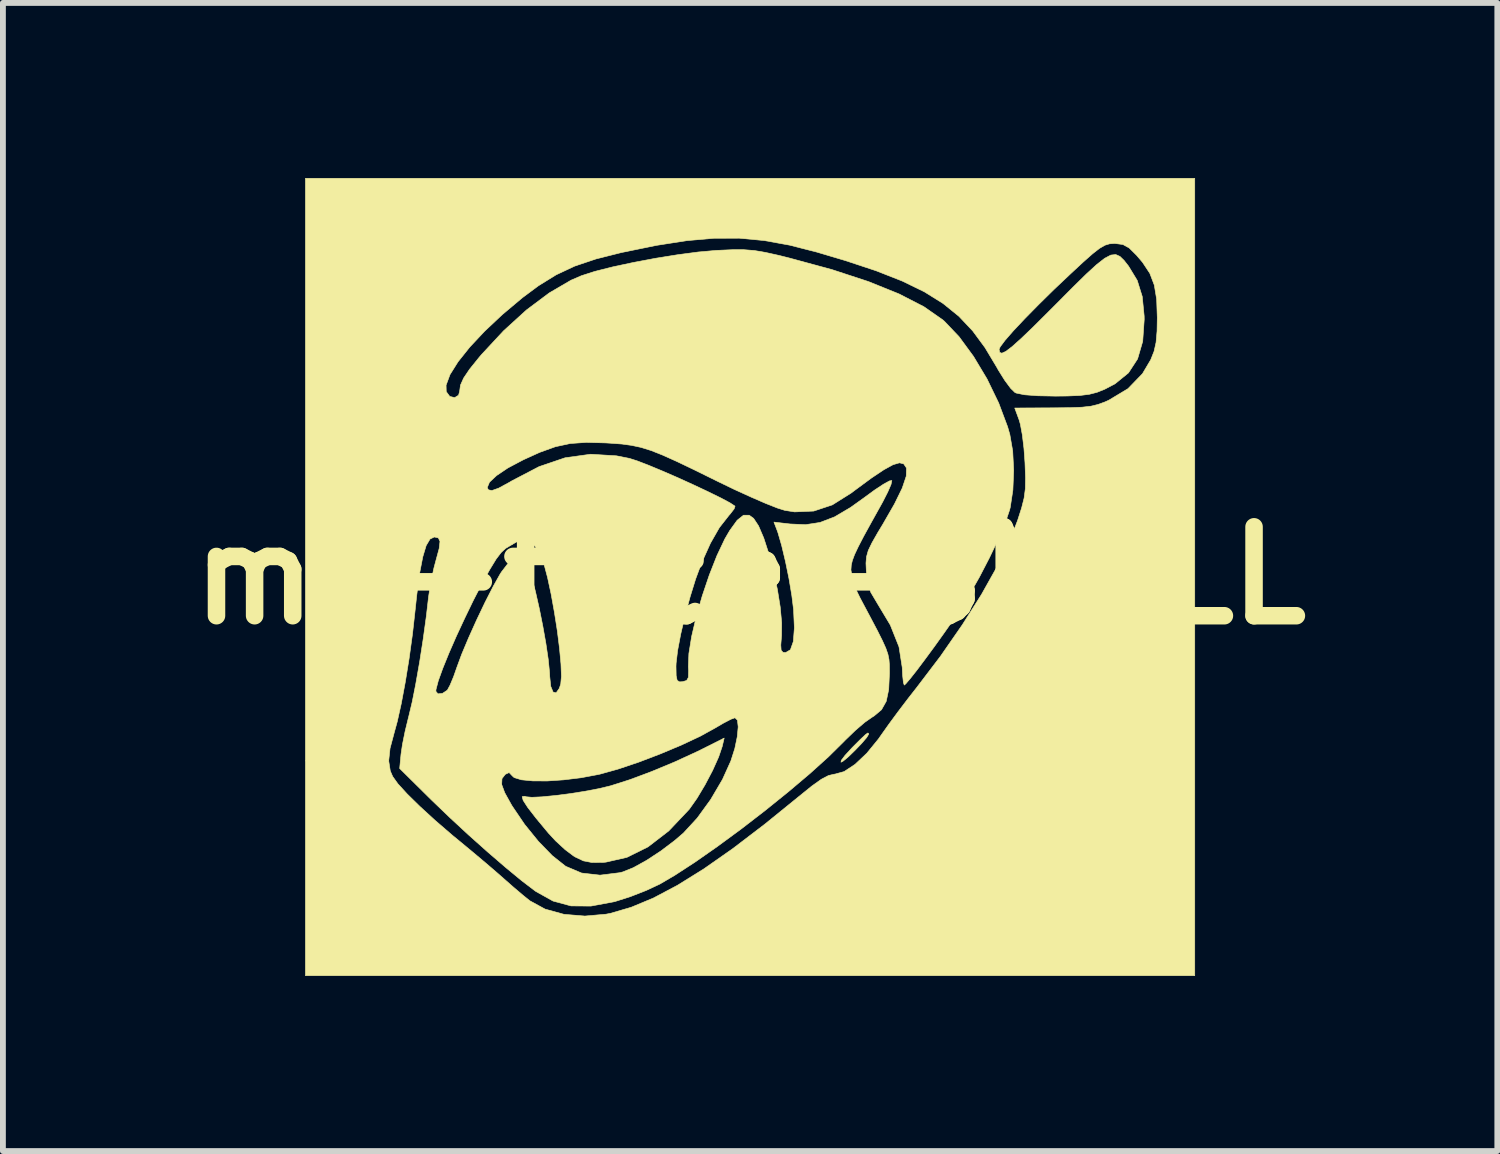
<source format=kicad_pcb>
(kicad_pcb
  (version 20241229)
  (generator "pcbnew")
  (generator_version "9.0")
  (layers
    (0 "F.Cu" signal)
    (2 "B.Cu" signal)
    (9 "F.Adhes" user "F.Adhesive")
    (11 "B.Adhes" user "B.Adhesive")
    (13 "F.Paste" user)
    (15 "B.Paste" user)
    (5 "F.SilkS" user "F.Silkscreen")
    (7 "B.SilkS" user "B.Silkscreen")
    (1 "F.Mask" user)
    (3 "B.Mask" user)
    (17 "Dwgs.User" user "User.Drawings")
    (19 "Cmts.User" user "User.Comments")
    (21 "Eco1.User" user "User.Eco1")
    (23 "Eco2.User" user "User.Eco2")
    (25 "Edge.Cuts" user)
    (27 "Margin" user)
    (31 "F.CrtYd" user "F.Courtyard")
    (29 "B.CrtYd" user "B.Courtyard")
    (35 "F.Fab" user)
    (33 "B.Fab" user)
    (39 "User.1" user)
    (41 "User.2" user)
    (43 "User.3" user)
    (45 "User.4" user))
  (footprint "ma-face-SMALL"
    (layer "F.Cu")
    (at 9.804 6.812)
    (property "Reference" "ma-face-SMALL" (at 0 0 0) (layer "F.SilkS") (effects (font (size 1.524 1.524) (thickness 0.3))))
    (attr through_hole)
    (fp_poly (pts (xy 2.031 2.709) (xy 2.032 2.719) (xy 1.998 2.776) (xy 1.913 2.876) (xy 1.801 2.993) (xy 1.688 3.103) (xy 1.597 3.179) (xy 1.558 3.2) (xy 1.563 3.168) (xy 1.627 3.083) (xy 1.738 2.962) (xy 1.753 2.946) (xy 1.893 2.806) (xy 1.977 2.727) (xy 2.018 2.698) (xy 2.031 2.709)) (stroke (width 0.01) (type solid)) (fill yes) (layer "F.SilkS"))
    (fp_poly (pts (xy -0.478 2.93) (xy -0.539 3.11) (xy -0.642 3.34) (xy -0.772 3.587) (xy -0.91 3.818) (xy -1.039 4.001) (xy -1.049 4.013) (xy -1.394 4.377) (xy -1.75 4.651) (xy -2.111 4.83) (xy -2.471 4.912) (xy -2.515 4.916) (xy -2.712 4.918) (xy -2.857 4.89) (xy -2.996 4.824) (xy -3.024 4.807) (xy -3.168 4.699) (xy -3.333 4.547) (xy -3.456 4.414) (xy -3.667 4.16) (xy -3.811 3.974) (xy -3.889 3.853) (xy -3.906 3.79) (xy -3.863 3.783) (xy -3.836 3.792) (xy -3.74 3.801) (xy -3.568 3.793) (xy -3.344 3.771) (xy -3.09 3.739) (xy -2.831 3.698) (xy -2.589 3.652) (xy -2.39 3.604) (xy -2.067 3.501) (xy -1.689 3.36) (xy -1.29 3.194) (xy -0.903 3.016) (xy -0.794 2.962) (xy -0.444 2.786) (xy -0.478 2.93)) (stroke (width 0.01) (type solid)) (fill yes) (layer "F.SilkS"))
    (fp_poly (pts (xy 7.62 6.858) (xy -7.62 6.858) (xy -7.62 3.176) (xy -6.193 3.176) (xy -6.166 3.349) (xy -6.125 3.444) (xy -6.036 3.569) (xy -5.876 3.744) (xy -5.659 3.957) (xy -5.396 4.198) (xy -5.098 4.455) (xy -4.953 4.574) (xy -4.736 4.754) (xy -4.515 4.94) (xy -4.321 5.107) (xy -4.221 5.195) (xy -4.055 5.341) (xy -3.89 5.481) (xy -3.773 5.575) (xy -3.513 5.717) (xy -3.19 5.806) (xy -2.834 5.836) (xy -2.469 5.804) (xy -2.388 5.788) (xy -2.036 5.685) (xy -1.657 5.527) (xy -1.245 5.309) (xy -0.793 5.028) (xy -0.296 4.68) (xy 0.254 4.26) (xy 0.838 3.786) (xy 1.058 3.608) (xy 1.221 3.492) (xy 1.343 3.428) (xy 1.44 3.405) (xy 1.453 3.404) (xy 1.612 3.36) (xy 1.799 3.236) (xy 2 3.046) (xy 2.2 2.801) (xy 2.265 2.708) (xy 2.38 2.546) (xy 2.536 2.334) (xy 2.711 2.104) (xy 2.852 1.924) (xy 3.262 1.385) (xy 3.636 0.846) (xy 3.967 0.322) (xy 4.245 -0.174) (xy 4.462 -0.627) (xy 4.583 -0.94) (xy 4.653 -1.158) (xy 4.696 -1.328) (xy 4.717 -1.489) (xy 4.72 -1.676) (xy 4.711 -1.927) (xy 4.711 -1.93) (xy 4.693 -2.178) (xy 4.665 -2.41) (xy 4.631 -2.594) (xy 4.61 -2.667) (xy 4.535 -2.87) (xy 5.201 -2.873) (xy 5.483 -2.876) (xy 5.688 -2.884) (xy 5.84 -2.901) (xy 5.963 -2.931) (xy 6.083 -2.975) (xy 6.147 -3.004) (xy 6.475 -3.201) (xy 6.724 -3.458) (xy 6.866 -3.698) (xy 6.923 -3.842) (xy 6.957 -3.994) (xy 6.974 -4.188) (xy 6.978 -4.42) (xy 6.967 -4.733) (xy 6.927 -4.976) (xy 6.85 -5.178) (xy 6.725 -5.367) (xy 6.622 -5.488) (xy 6.497 -5.612) (xy 6.389 -5.672) (xy 6.261 -5.689) (xy 6.243 -5.69) (xy 6.16 -5.684) (xy 6.081 -5.66) (xy 5.989 -5.607) (xy 5.871 -5.515) (xy 5.709 -5.372) (xy 5.5 -5.178) (xy 5.209 -4.903) (xy 4.942 -4.64) (xy 4.707 -4.401) (xy 4.513 -4.195) (xy 4.37 -4.031) (xy 4.286 -3.919) (xy 4.267 -3.876) (xy 4.278 -3.823) (xy 4.314 -3.809) (xy 4.382 -3.84) (xy 4.49 -3.922) (xy 4.643 -4.059) (xy 4.85 -4.257) (xy 5.116 -4.522) (xy 5.241 -4.647) (xy 5.532 -4.94) (xy 5.762 -5.166) (xy 5.94 -5.329) (xy 6.077 -5.436) (xy 6.182 -5.491) (xy 6.266 -5.5) (xy 6.338 -5.468) (xy 6.408 -5.4) (xy 6.485 -5.302) (xy 6.634 -5.057) (xy 6.72 -4.781) (xy 6.753 -4.446) (xy 6.754 -4.388) (xy 6.728 -4.012) (xy 6.64 -3.711) (xy 6.484 -3.472) (xy 6.254 -3.285) (xy 6.077 -3.192) (xy 5.945 -3.139) (xy 5.812 -3.105) (xy 5.652 -3.085) (xy 5.437 -3.076) (xy 5.232 -3.074) (xy 4.929 -3.08) (xy 4.702 -3.097) (xy 4.562 -3.126) (xy 4.539 -3.136) (xy 4.465 -3.208) (xy 4.363 -3.346) (xy 4.253 -3.522) (xy 4.223 -3.576) (xy 4.025 -3.906) (xy 3.814 -4.192) (xy 3.579 -4.441) (xy 3.306 -4.662) (xy 2.987 -4.861) (xy 2.609 -5.045) (xy 2.162 -5.221) (xy 1.634 -5.396) (xy 1.143 -5.542) (xy 0.677 -5.661) (xy 0.241 -5.74) (xy -0.184 -5.78) (xy -0.62 -5.779) (xy -1.087 -5.738) (xy -1.605 -5.657) (xy -2.196 -5.536) (xy -2.21 -5.533) (xy -2.643 -5.424) (xy -3.005 -5.302) (xy -3.323 -5.153) (xy -3.627 -4.965) (xy -3.901 -4.761) (xy -4.245 -4.472) (xy -4.548 -4.187) (xy -4.804 -3.914) (xy -5.005 -3.662) (xy -5.143 -3.442) (xy -5.21 -3.261) (xy -5.207 -3.151) (xy -5.147 -3.069) (xy -5.063 -3.048) (xy -4.996 -3.089) (xy -4.978 -3.153) (xy -4.963 -3.262) (xy -4.909 -3.383) (xy -4.806 -3.536) (xy -4.643 -3.738) (xy -4.604 -3.784) (xy -4.224 -4.193) (xy -3.832 -4.55) (xy -3.442 -4.842) (xy -3.069 -5.06) (xy -2.891 -5.137) (xy -2.661 -5.211) (xy -2.356 -5.288) (xy -2.001 -5.364) (xy -1.62 -5.436) (xy -1.24 -5.497) (xy -0.885 -5.544) (xy -0.581 -5.571) (xy -0.557 -5.572) (xy -0.304 -5.583) (xy -0.106 -5.583) (xy 0.072 -5.569) (xy 0.261 -5.537) (xy 0.495 -5.485) (xy 0.678 -5.439) (xy 1.403 -5.242) (xy 2.028 -5.037) (xy 2.553 -4.825) (xy 2.977 -4.607) (xy 3.3 -4.382) (xy 3.331 -4.355) (xy 3.581 -4.092) (xy 3.829 -3.754) (xy 4.061 -3.367) (xy 4.26 -2.956) (xy 4.413 -2.548) (xy 4.451 -2.416) (xy 4.5 -2.134) (xy 4.517 -1.801) (xy 4.503 -1.463) (xy 4.458 -1.166) (xy 4.448 -1.126) (xy 4.373 -0.904) (xy 4.254 -0.623) (xy 4.102 -0.305) (xy 3.931 0.025) (xy 3.751 0.342) (xy 3.597 0.589) (xy 3.467 0.783) (xy 3.316 0.998) (xy 3.157 1.22) (xy 3.001 1.432) (xy 2.86 1.62) (xy 2.745 1.766) (xy 2.667 1.857) (xy 2.642 1.878) (xy 2.627 1.833) (xy 2.614 1.713) (xy 2.607 1.575) (xy 2.552 1.223) (xy 2.403 0.849) (xy 2.177 0.472) (xy 2.068 0.288) (xy 2.012 0.111) (xy 1.992 -0.076) (xy 1.986 -0.212) (xy 1.995 -0.321) (xy 2.025 -0.428) (xy 2.087 -0.557) (xy 2.187 -0.733) (xy 2.274 -0.877) (xy 2.474 -1.225) (xy 2.608 -1.499) (xy 2.676 -1.702) (xy 2.68 -1.837) (xy 2.675 -1.85) (xy 2.632 -1.913) (xy 2.56 -1.931) (xy 2.45 -1.899) (xy 2.293 -1.813) (xy 2.079 -1.67) (xy 1.801 -1.465) (xy 1.732 -1.413) (xy 1.409 -1.21) (xy 1.09 -1.104) (xy 0.763 -1.09) (xy 0.596 -1.116) (xy 0.468 -1.156) (xy 0.268 -1.235) (xy 0.017 -1.344) (xy -0.268 -1.474) (xy -0.566 -1.618) (xy -0.584 -1.627) (xy -0.957 -1.811) (xy -1.256 -1.954) (xy -1.496 -2.062) (xy -1.695 -2.141) (xy -1.868 -2.195) (xy -2.031 -2.23) (xy -2.2 -2.253) (xy -2.392 -2.267) (xy -2.472 -2.272) (xy -2.806 -2.281) (xy -3.081 -2.262) (xy -3.336 -2.207) (xy -3.606 -2.11) (xy -3.886 -1.983) (xy -4.149 -1.844) (xy -4.344 -1.713) (xy -4.466 -1.599) (xy -4.504 -1.507) (xy -4.485 -1.468) (xy -4.424 -1.456) (xy -4.308 -1.497) (xy -4.126 -1.596) (xy -4.086 -1.62) (xy -3.617 -1.865) (xy -3.171 -2.017) (xy -2.733 -2.078) (xy -2.291 -2.051) (xy -2.069 -2.007) (xy -1.937 -1.965) (xy -1.742 -1.89) (xy -1.504 -1.791) (xy -1.241 -1.677) (xy -0.975 -1.556) (xy -0.724 -1.438) (xy -0.508 -1.332) (xy -0.346 -1.246) (xy -0.259 -1.189) (xy -0.258 -1.188) (xy -0.274 -1.141) (xy -0.342 -1.053) (xy -0.364 -1.028) (xy -0.527 -0.82) (xy -0.679 -0.554) (xy -0.834 -0.21) (xy -0.836 -0.203) (xy -0.933 0.059) (xy -1.028 0.366) (xy -1.115 0.69) (xy -1.189 1.005) (xy -1.242 1.285) (xy -1.268 1.505) (xy -1.27 1.556) (xy -1.267 1.716) (xy -1.25 1.797) (xy -1.21 1.823) (xy -1.156 1.82) (xy -1.087 1.799) (xy -1.057 1.745) (xy -1.054 1.628) (xy -1.058 1.563) (xy -1.049 1.338) (xy -1.002 1.046) (xy -0.923 0.708) (xy -0.82 0.35) (xy -0.699 -0.008) (xy -0.568 -0.341) (xy -0.433 -0.626) (xy -0.349 -0.77) (xy -0.221 -0.947) (xy -0.113 -1.033) (xy -0.015 -1.033) (xy 0.06 -0.979) (xy 0.145 -0.85) (xy 0.234 -0.642) (xy 0.32 -0.377) (xy 0.4 -0.077) (xy 0.467 0.235) (xy 0.516 0.539) (xy 0.541 0.81) (xy 0.539 1.029) (xy 0.539 1.029) (xy 0.526 1.193) (xy 0.532 1.281) (xy 0.563 1.316) (xy 0.608 1.321) (xy 0.691 1.273) (xy 0.741 1.131) (xy 0.759 0.896) (xy 0.745 0.585) (xy 0.715 0.343) (xy 0.667 0.057) (xy 0.606 -0.241) (xy 0.541 -0.514) (xy 0.478 -0.731) (xy 0.462 -0.776) (xy 0.409 -0.915) (xy 0.682 -0.883) (xy 0.951 -0.871) (xy 1.199 -0.909) (xy 1.449 -1.005) (xy 1.723 -1.167) (xy 1.949 -1.329) (xy 2.132 -1.463) (xy 2.285 -1.564) (xy 2.389 -1.621) (xy 2.429 -1.627) (xy 2.415 -1.56) (xy 2.359 -1.431) (xy 2.275 -1.266) (xy 2.256 -1.231) (xy 2.08 -0.915) (xy 1.947 -0.673) (xy 1.853 -0.492) (xy 1.79 -0.358) (xy 1.753 -0.259) (xy 1.734 -0.181) (xy 1.729 -0.109) (xy 1.728 -0.096) (xy 1.756 0.07) (xy 1.833 0.278) (xy 1.886 0.387) (xy 2.052 0.699) (xy 2.177 0.936) (xy 2.266 1.113) (xy 2.326 1.246) (xy 2.362 1.35) (xy 2.38 1.439) (xy 2.387 1.529) (xy 2.388 1.636) (xy 2.388 1.675) (xy 2.375 1.955) (xy 2.333 2.156) (xy 2.252 2.3) (xy 2.125 2.407) (xy 2.091 2.428) (xy 1.965 2.516) (xy 1.803 2.655) (xy 1.635 2.817) (xy 1.598 2.855) (xy 1.344 3.106) (xy 1.025 3.394) (xy 0.657 3.705) (xy 0.258 4.027) (xy -0.154 4.345) (xy -0.562 4.645) (xy -0.947 4.914) (xy -1.293 5.139) (xy -1.549 5.289) (xy -1.78 5.397) (xy -2.054 5.504) (xy -2.315 5.587) (xy -2.337 5.592) (xy -2.728 5.665) (xy -3.069 5.662) (xy -3.376 5.579) (xy -3.67 5.415) (xy -3.691 5.4) (xy -3.914 5.23) (xy -4.189 5.003) (xy -4.499 4.736) (xy -4.825 4.445) (xy -5.148 4.146) (xy -5.45 3.856) (xy -5.504 3.803) (xy -5.728 3.581) (xy -4.257 3.581) (xy -4.205 3.722) (xy -4.094 3.922) (xy -4.077 3.951) (xy -3.864 4.265) (xy -3.628 4.556) (xy -3.389 4.802) (xy -3.167 4.978) (xy -3.156 4.985) (xy -2.887 5.099) (xy -2.572 5.135) (xy -2.234 5.093) (xy -2.179 5.079) (xy -2.001 5.007) (xy -1.775 4.882) (xy -1.531 4.722) (xy -1.295 4.544) (xy -1.142 4.413) (xy -0.907 4.158) (xy -0.676 3.84) (xy -0.473 3.495) (xy -0.33 3.179) (xy -0.262 2.966) (xy -0.22 2.764) (xy -0.204 2.594) (xy -0.217 2.479) (xy -0.259 2.438) (xy -0.328 2.463) (xy -0.455 2.529) (xy -0.602 2.615) (xy -0.854 2.754) (xy -1.176 2.905) (xy -1.538 3.057) (xy -1.91 3.199) (xy -2.264 3.318) (xy -2.569 3.403) (xy -2.605 3.411) (xy -2.898 3.466) (xy -3.195 3.502) (xy -3.476 3.521) (xy -3.724 3.52) (xy -3.919 3.501) (xy -4.043 3.463) (xy -4.074 3.435) (xy -4.129 3.377) (xy -4.195 3.407) (xy -4.252 3.481) (xy -4.257 3.581) (xy -5.728 3.581) (xy -6.005 3.307) (xy -5.982 3.063) (xy -5.957 2.893) (xy -5.912 2.671) (xy -5.856 2.44) (xy -5.849 2.413) (xy -5.791 2.17) (xy -5.754 1.985) (xy -5.385 1.985) (xy -5.349 2.028) (xy -5.271 2.02) (xy -5.191 1.967) (xy -5.187 1.963) (xy -5.142 1.88) (xy -5.081 1.734) (xy -5.027 1.58) (xy -4.943 1.352) (xy -4.825 1.071) (xy -4.687 0.764) (xy -4.542 0.46) (xy -4.403 0.188) (xy -4.284 -0.024) (xy -4.261 -0.06) (xy -4.13 -0.231) (xy -4.009 -0.327) (xy -3.908 -0.341) (xy -3.855 -0.298) (xy -3.804 -0.18) (xy -3.744 0.017) (xy -3.679 0.272) (xy -3.613 0.563) (xy -3.552 0.868) (xy -3.499 1.167) (xy -3.459 1.438) (xy -3.437 1.659) (xy -3.434 1.727) (xy -3.416 1.9) (xy -3.376 1.997) (xy -3.324 2.011) (xy -3.27 1.935) (xy -3.245 1.861) (xy -3.233 1.728) (xy -3.241 1.516) (xy -3.266 1.248) (xy -3.304 0.945) (xy -3.354 0.627) (xy -3.41 0.317) (xy -3.471 0.034) (xy -3.533 -0.199) (xy -3.58 -0.335) (xy -3.691 -0.509) (xy -3.835 -0.589) (xy -4.003 -0.575) (xy -4.189 -0.465) (xy -4.266 -0.394) (xy -4.352 -0.281) (xy -4.466 -0.094) (xy -4.599 0.148) (xy -4.744 0.429) (xy -4.89 0.731) (xy -5.032 1.036) (xy -5.16 1.329) (xy -5.266 1.59) (xy -5.343 1.803) (xy -5.382 1.951) (xy -5.385 1.985) (xy -5.754 1.985) (xy -5.728 1.851) (xy -5.663 1.482) (xy -5.602 1.089) (xy -5.548 0.697) (xy -5.51 0.367) (xy -5.474 0.129) (xy -5.418 -0.129) (xy -5.382 -0.264) (xy -5.328 -0.463) (xy -5.314 -0.584) (xy -5.342 -0.644) (xy -5.411 -0.66) (xy -5.485 -0.624) (xy -5.551 -0.513) (xy -5.609 -0.32) (xy -5.663 -0.04) (xy -5.712 0.333) (xy -5.739 0.586) (xy -5.785 0.999) (xy -5.843 1.421) (xy -5.909 1.828) (xy -5.978 2.197) (xy -6.047 2.506) (xy -6.096 2.684) (xy -6.17 2.962) (xy -6.193 3.176) (xy -7.62 3.176) (xy -7.62 -6.807) (xy 7.62 -6.807) (xy 7.62 6.858)) (stroke (width 0.01) (type solid)) (fill yes) (layer "F.SilkS")))
  (gr_rect
    (start -3 -3)
    (end 22.609 16.675)
    (stroke (width 0.1) (type default))
    (fill no)
    (layer "Edge.Cuts")))
</source>
